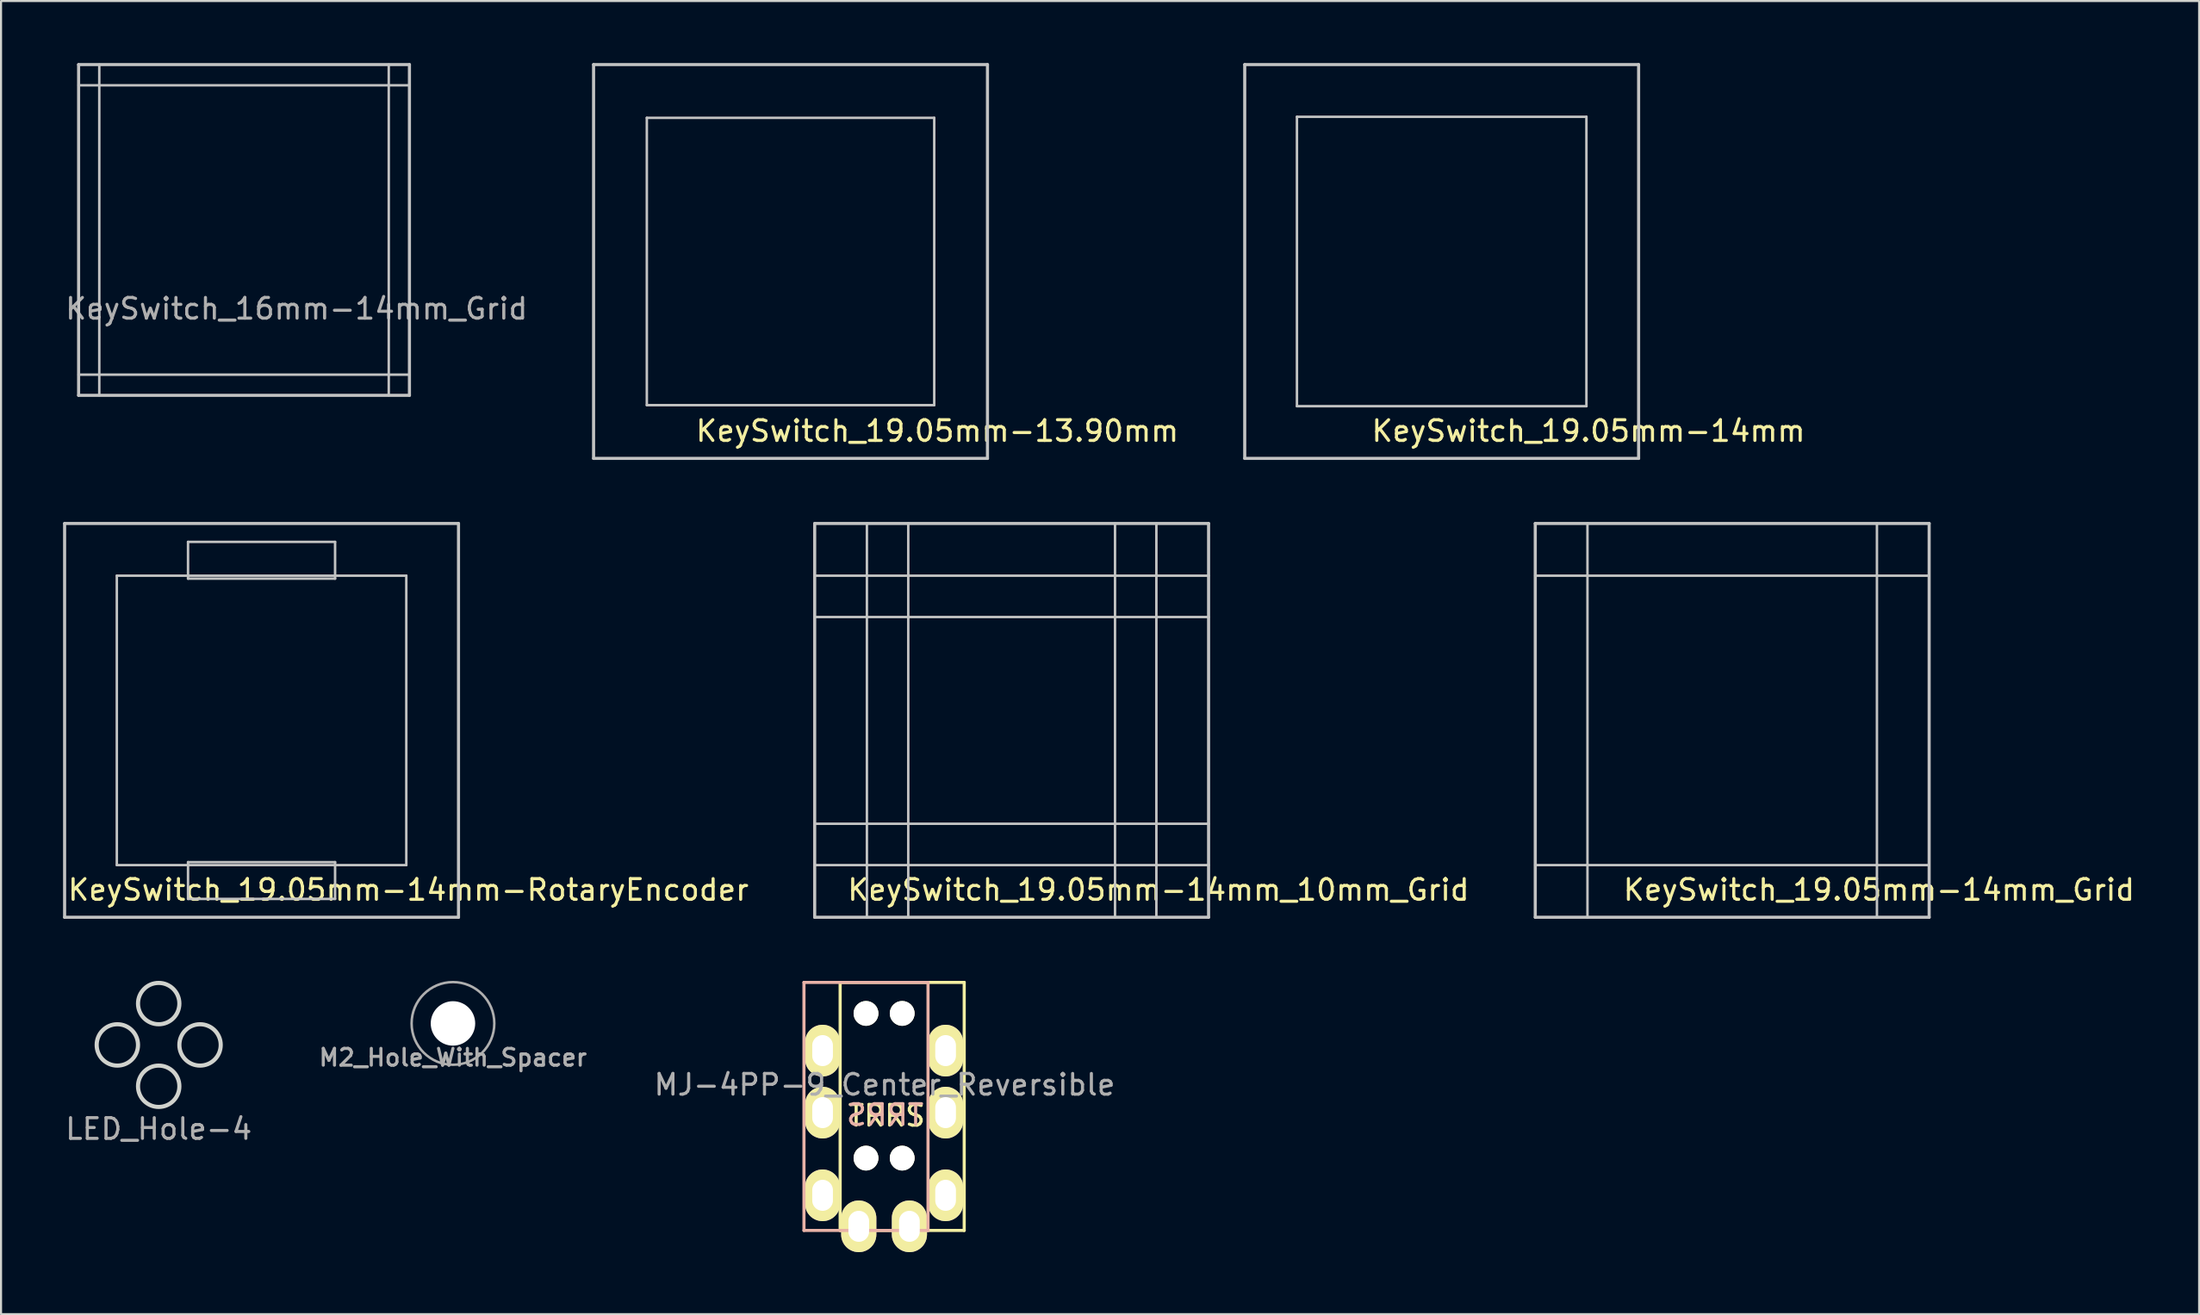
<source format=kicad_pcb>
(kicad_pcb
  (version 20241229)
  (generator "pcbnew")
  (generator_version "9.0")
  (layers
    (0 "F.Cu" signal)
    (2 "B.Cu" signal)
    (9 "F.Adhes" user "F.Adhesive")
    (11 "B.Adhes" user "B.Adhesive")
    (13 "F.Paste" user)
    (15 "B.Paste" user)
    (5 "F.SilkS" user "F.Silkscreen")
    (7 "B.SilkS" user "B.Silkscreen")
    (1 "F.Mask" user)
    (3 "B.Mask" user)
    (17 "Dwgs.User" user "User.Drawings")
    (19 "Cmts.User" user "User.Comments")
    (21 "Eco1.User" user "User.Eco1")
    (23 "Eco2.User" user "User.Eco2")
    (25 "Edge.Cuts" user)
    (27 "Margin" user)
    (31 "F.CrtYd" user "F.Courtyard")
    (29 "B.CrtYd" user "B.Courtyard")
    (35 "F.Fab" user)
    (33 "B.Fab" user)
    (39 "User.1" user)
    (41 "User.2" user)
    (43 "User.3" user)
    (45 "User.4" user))
  (footprint "KeySwitch_19.05mm-14mm_10mm_Grid"
    (layer "F.Cu")
    (at 45.877 31.8)
    (property "Reference" "KeySwitch_19.05mm-14mm_10mm_Grid" (at 7.1 8.2 0) (layer "F.SilkS") (effects (font (size 1 1) (thickness 0.15))))
    (attr through_hole)
    (fp_line (start -9.525 -9.525) (end 9.525 -9.525) (stroke (width 0.15) (type solid)) (layer "Dwgs.User"))
    (fp_line (start -9.525 5) (end 9.525 5) (stroke (width 0.12) (type solid)) (layer "Dwgs.User"))
    (fp_line (start -9.525 7) (end 9.525 7) (stroke (width 0.12) (type solid)) (layer "Dwgs.User"))
    (fp_line (start -9.525 9.525) (end -9.525 -9.525) (stroke (width 0.15) (type solid)) (layer "Dwgs.User"))
    (fp_line (start -7 -9.525) (end -7 9.525) (stroke (width 0.12) (type solid)) (layer "Dwgs.User"))
    (fp_line (start -5 -9.525) (end -5 9.525) (stroke (width 0.12) (type solid)) (layer "Dwgs.User"))
    (fp_line (start 5 9.525) (end 5 -9.525) (stroke (width 0.12) (type solid)) (layer "Dwgs.User"))
    (fp_line (start 7 9.525) (end 7 -9.525) (stroke (width 0.12) (type solid)) (layer "Dwgs.User"))
    (fp_line (start 9.525 -9.525) (end 9.525 9.525) (stroke (width 0.15) (type solid)) (layer "Dwgs.User"))
    (fp_line (start 9.525 -7) (end -9.525 -7) (stroke (width 0.12) (type solid)) (layer "Dwgs.User"))
    (fp_line (start 9.525 -5) (end -9.525 -5) (stroke (width 0.12) (type solid)) (layer "Dwgs.User"))
    (fp_line (start 9.525 9.525) (end -9.525 9.525) (stroke (width 0.15) (type solid)) (layer "Dwgs.User")))
  (footprint "KeySwitch_19.05mm-14mm_Grid"
    (layer "F.Cu")
    (at 80.726 31.8)
    (property "Reference" "KeySwitch_19.05mm-14mm_Grid" (at 7.1 8.2 0) (layer "F.SilkS") (effects (font (size 1 1) (thickness 0.15))))
    (attr through_hole)
    (fp_line (start -9.525 -9.525) (end 9.525 -9.525) (stroke (width 0.15) (type solid)) (layer "Dwgs.User"))
    (fp_line (start -9.525 7) (end 9.525 7) (stroke (width 0.12) (type solid)) (layer "Dwgs.User"))
    (fp_line (start -9.525 9.525) (end -9.525 -9.525) (stroke (width 0.15) (type solid)) (layer "Dwgs.User"))
    (fp_line (start -7 -9.525) (end -7 9.525) (stroke (width 0.12) (type solid)) (layer "Dwgs.User"))
    (fp_line (start 7 9.525) (end 7 -9.525) (stroke (width 0.12) (type solid)) (layer "Dwgs.User"))
    (fp_line (start 9.525 -9.525) (end 9.525 9.525) (stroke (width 0.15) (type solid)) (layer "Dwgs.User"))
    (fp_line (start 9.525 -7) (end -9.525 -7) (stroke (width 0.12) (type solid)) (layer "Dwgs.User"))
    (fp_line (start 9.525 9.525) (end -9.525 9.525) (stroke (width 0.15) (type solid)) (layer "Dwgs.User")))
  (footprint "KeySwitch_16mm-14mm_Grid"
    (layer "F.Cu")
    (at 8.752 8.075)
    (property "Reference" "KeySwitch_16mm-14mm_Grid" (at 2.54 3.81 0) (layer "F.Fab") (effects (font (size 1 1) (thickness 0.15))))
    (attr through_hole)
    (fp_line (start -8 -8) (end 8 -8) (stroke (width 0.15) (type solid)) (layer "Dwgs.User"))
    (fp_line (start -8 7) (end 8 7) (stroke (width 0.12) (type solid)) (layer "Dwgs.User"))
    (fp_line (start -8 8) (end -8 -8) (stroke (width 0.15) (type solid)) (layer "Dwgs.User"))
    (fp_line (start -7 -8) (end -7 8) (stroke (width 0.12) (type solid)) (layer "Dwgs.User"))
    (fp_line (start 7 8) (end 7 -8) (stroke (width 0.12) (type solid)) (layer "Dwgs.User"))
    (fp_line (start 8 -8) (end 8 8) (stroke (width 0.15) (type solid)) (layer "Dwgs.User"))
    (fp_line (start 8 -7) (end -8 -7) (stroke (width 0.12) (type solid)) (layer "Dwgs.User"))
    (fp_line (start 8 8) (end -8 8) (stroke (width 0.15) (type solid)) (layer "Dwgs.User")))
  (footprint "LED_Hole-4"
    (layer "F.Cu")
    (at 4.625 47.5)
    (property "Reference" "LED_Hole-4" (at 0 4.064 0) (layer "F.Fab") (effects (font (size 1 1) (thickness 0.15))))
    (attr through_hole)
    (fp_circle (center -2 0) (end -1 0) (stroke (width 0.2) (type solid)) (fill no) (layer "Edge.Cuts"))
    (fp_circle (center 0 -2) (end 1 -2) (stroke (width 0.2) (type solid)) (fill no) (layer "Edge.Cuts"))
    (fp_circle (center 0 2) (end 1 2) (stroke (width 0.2) (type solid)) (fill no) (layer "Edge.Cuts"))
    (fp_circle (center 2 0) (end 3 0) (stroke (width 0.2) (type solid)) (fill no) (layer "Edge.Cuts")))
  (footprint "M2_Hole_With_Spacer"
    (layer "F.Cu")
    (at 18.857 46.46)
    (property "Reference" "M2_Hole_With_Spacer" (at 0 1.651 0) (layer "F.Fab") (effects (font (size 0.813 0.813) (thickness 0.15))))
    (attr through_hole)
    (fp_circle (center 0 0) (end 2 0) (stroke (width 0.12) (type solid)) (fill no) (layer "F.Fab"))
    (pad "" np_thru_hole circle (at 0 0) (size 2.15 2.15) (drill 2.15) (layers "*.Cu" "*.Mask")))
  (footprint "KeySwitch_19.05mm-13.90mm"
    (layer "F.Cu")
    (at 35.183 9.6)
    (property "Reference" "KeySwitch_19.05mm-13.90mm" (at 7.1 8.2 0) (layer "F.SilkS") (effects (font (size 1 1) (thickness 0.15))))
    (attr through_hole)
    (fp_line (start -9.525 -9.525) (end 9.525 -9.525) (stroke (width 0.15) (type solid)) (layer "Dwgs.User"))
    (fp_line (start -9.525 9.525) (end -9.525 -9.525) (stroke (width 0.15) (type solid)) (layer "Dwgs.User"))
    (fp_line (start -6.95 -6.95) (end -6.95 6.95) (stroke (width 0.12) (type solid)) (layer "Dwgs.User"))
    (fp_line (start -6.95 6.95) (end 6.95 6.95) (stroke (width 0.12) (type solid)) (layer "Dwgs.User"))
    (fp_line (start 6.95 -6.95) (end -6.95 -6.95) (stroke (width 0.12) (type solid)) (layer "Dwgs.User"))
    (fp_line (start 6.95 6.95) (end 6.95 -6.95) (stroke (width 0.12) (type solid)) (layer "Dwgs.User"))
    (fp_line (start 9.525 -9.525) (end 9.525 9.525) (stroke (width 0.15) (type solid)) (layer "Dwgs.User"))
    (fp_line (start 9.525 9.525) (end -9.525 9.525) (stroke (width 0.15) (type solid)) (layer "Dwgs.User")))
  (footprint "KeySwitch_19.05mm-14mm-RotaryEncoder"
    (layer "F.Cu")
    (at 9.6 31.8)
    (property "Reference" "KeySwitch_19.05mm-14mm-RotaryEncoder" (at 7.1 8.2 0) (layer "F.SilkS") (effects (font (size 1 1) (thickness 0.15))))
    (attr through_hole)
    (fp_line (start -9.525 -9.525) (end 9.525 -9.525) (stroke (width 0.15) (type solid)) (layer "Dwgs.User"))
    (fp_line (start -9.525 9.525) (end -9.525 -9.525) (stroke (width 0.15) (type solid)) (layer "Dwgs.User"))
    (fp_line (start -7 -7) (end -7 7) (stroke (width 0.12) (type solid)) (layer "Dwgs.User"))
    (fp_line (start -7 7) (end 7 7) (stroke (width 0.12) (type solid)) (layer "Dwgs.User"))
    (fp_line (start -3.556 -8.636) (end -3.556 -6.858) (stroke (width 0.12) (type solid)) (layer "Dwgs.User"))
    (fp_line (start -3.556 -6.858) (end 3.556 -6.858) (stroke (width 0.12) (type solid)) (layer "Dwgs.User"))
    (fp_line (start -3.556 6.858) (end -3.556 8.636) (stroke (width 0.12) (type solid)) (layer "Dwgs.User"))
    (fp_line (start -3.556 8.636) (end 3.556 8.636) (stroke (width 0.12) (type solid)) (layer "Dwgs.User"))
    (fp_line (start 3.556 -8.636) (end -3.556 -8.636) (stroke (width 0.12) (type solid)) (layer "Dwgs.User"))
    (fp_line (start 3.556 -6.858) (end 3.556 -8.636) (stroke (width 0.12) (type solid)) (layer "Dwgs.User"))
    (fp_line (start 3.556 6.858) (end -3.556 6.858) (stroke (width 0.12) (type solid)) (layer "Dwgs.User"))
    (fp_line (start 3.556 8.636) (end 3.556 6.858) (stroke (width 0.12) (type solid)) (layer "Dwgs.User"))
    (fp_line (start 7 -7) (end -7 -7) (stroke (width 0.12) (type solid)) (layer "Dwgs.User"))
    (fp_line (start 7 7) (end 7 -7) (stroke (width 0.12) (type solid)) (layer "Dwgs.User"))
    (fp_line (start 9.525 -9.525) (end 9.525 9.525) (stroke (width 0.15) (type solid)) (layer "Dwgs.User"))
    (fp_line (start 9.525 9.525) (end -9.525 9.525) (stroke (width 0.15) (type solid)) (layer "Dwgs.User")))
  (footprint "MJ-4PP-9_Center_Reversible"
    (layer "F.Cu")
    (at 39.708 50.475)
    (property "Reference" "MJ-4PP-9_Center_Reversible" (at 0.025 -1.05 0) (layer "F.Fab") (effects (font (size 1 1) (thickness 0.15))))
    (attr through_hole)
    (fp_line (start -2.125 -6) (end 3.875 -6) (stroke (width 0.15) (type solid)) (layer "F.SilkS"))
    (fp_line (start -2.125 6) (end -2.125 -6) (stroke (width 0.15) (type solid)) (layer "F.SilkS"))
    (fp_line (start 3.875 -6) (end 3.875 6) (stroke (width 0.15) (type solid)) (layer "F.SilkS"))
    (fp_line (start 3.875 6) (end -2.125 6) (stroke (width 0.15) (type solid)) (layer "F.SilkS"))
    (fp_line (start -3.875 -6) (end 2.125 -6) (stroke (width 0.15) (type solid)) (layer "B.SilkS"))
    (fp_line (start -3.875 6) (end -3.875 -6) (stroke (width 0.15) (type solid)) (layer "B.SilkS"))
    (fp_line (start 2.125 -6) (end 2.125 6) (stroke (width 0.15) (type solid)) (layer "B.SilkS"))
    (fp_line (start 2.125 6) (end -3.875 6) (stroke (width 0.15) (type solid)) (layer "B.SilkS"))
    (fp_text user "TRRS" (at 0.125 0.45 0) (layer "F.SilkS") (effects (font (size 1 1) (thickness 0.15))))
    (fp_text user "TRRS" (at 0.05 0.413 0) (layer "B.SilkS") (effects (font (size 1 1) (thickness 0.15)) (justify mirror)))
    (pad "" np_thru_hole circle (at -0.875 -4.5) (size 1.2 1.2) (drill 1.2) (layers "*.Cu" "*.Mask" "F.SilkS"))
    (pad "" np_thru_hole circle (at -0.875 2.5) (size 1.2 1.2) (drill 1.2) (layers "*.Cu" "*.Mask" "F.SilkS"))
    (pad "" np_thru_hole circle (at 0.875 -4.5) (size 1.2 1.2) (drill 1.2) (layers "*.Cu" "*.Mask" "F.SilkS"))
    (pad "" np_thru_hole circle (at 0.875 2.5) (size 1.2 1.2) (drill 1.2) (layers "*.Cu" "*.Mask" "F.SilkS"))
    (pad "A" thru_hole oval (at -1.225 5.8) (size 1.7 2.5) (drill oval 1 1.5) (layers "*.Cu" "*.Mask" "F.SilkS"))
    (pad "A" thru_hole oval (at 1.225 5.8) (size 1.7 2.5) (drill oval 1 1.5) (layers "*.Cu" "*.Mask" "F.SilkS"))
    (pad "B" thru_hole oval (at -2.975 -2.7) (size 1.7 2.5) (drill oval 1 1.5) (layers "*.Cu" "*.Mask" "F.SilkS"))
    (pad "B" thru_hole oval (at 2.975 -2.7) (size 1.7 2.5) (drill oval 1 1.5) (layers "*.Cu" "*.Mask" "F.SilkS"))
    (pad "C" thru_hole oval (at -2.975 0.3) (size 1.7 2.5) (drill oval 1 1.5) (layers "*.Cu" "*.Mask" "F.SilkS"))
    (pad "C" thru_hole oval (at 2.975 0.3) (size 1.7 2.5) (drill oval 1 1.5) (layers "*.Cu" "*.Mask" "F.SilkS"))
    (pad "D" thru_hole oval (at -2.975 4.3) (size 1.7 2.5) (drill oval 1 1.5) (layers "*.Cu" "*.Mask" "F.SilkS"))
    (pad "D" thru_hole oval (at 2.975 4.3) (size 1.7 2.5) (drill oval 1 1.5) (layers "*.Cu" "*.Mask" "F.SilkS")))
  (footprint "KeySwitch_19.05mm-14mm"
    (layer "F.Cu")
    (at 66.675 9.6)
    (property "Reference" "KeySwitch_19.05mm-14mm" (at 7.1 8.2 0) (layer "F.SilkS") (effects (font (size 1 1) (thickness 0.15))))
    (attr through_hole)
    (fp_line (start -9.525 -9.525) (end 9.525 -9.525) (stroke (width 0.15) (type solid)) (layer "Dwgs.User"))
    (fp_line (start -9.525 9.525) (end -9.525 -9.525) (stroke (width 0.15) (type solid)) (layer "Dwgs.User"))
    (fp_line (start -7 -7) (end -7 7) (stroke (width 0.12) (type solid)) (layer "Dwgs.User"))
    (fp_line (start -7 7) (end 7 7) (stroke (width 0.12) (type solid)) (layer "Dwgs.User"))
    (fp_line (start 7 -7) (end -7 -7) (stroke (width 0.12) (type solid)) (layer "Dwgs.User"))
    (fp_line (start 7 7) (end 7 -7) (stroke (width 0.12) (type solid)) (layer "Dwgs.User"))
    (fp_line (start 9.525 -9.525) (end 9.525 9.525) (stroke (width 0.15) (type solid)) (layer "Dwgs.User"))
    (fp_line (start 9.525 9.525) (end -9.525 9.525) (stroke (width 0.15) (type solid)) (layer "Dwgs.User")))
  (gr_rect
    (start -3 -3)
    (end 103.308 60.525)
    (stroke (width 0.1) (type default))
    (fill no)
    (layer "Edge.Cuts")))
</source>
